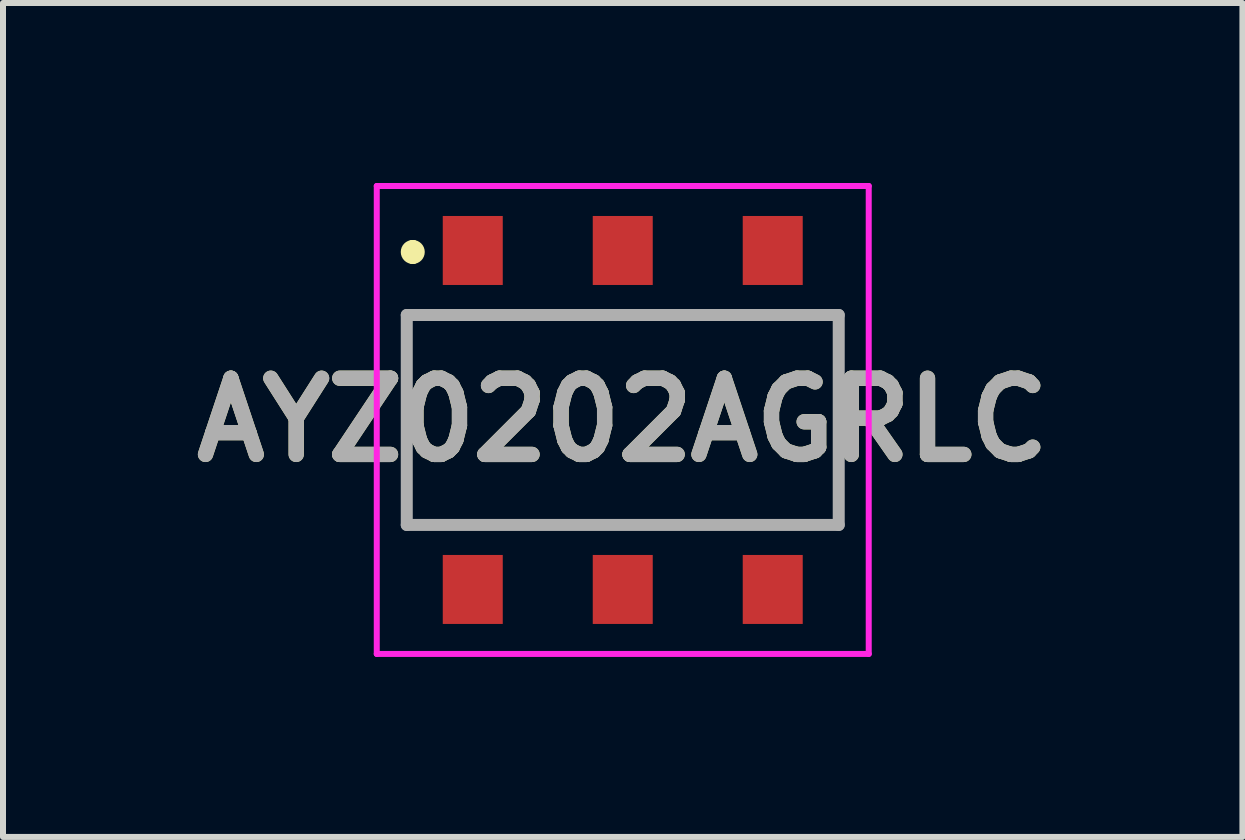
<source format=kicad_pcb>
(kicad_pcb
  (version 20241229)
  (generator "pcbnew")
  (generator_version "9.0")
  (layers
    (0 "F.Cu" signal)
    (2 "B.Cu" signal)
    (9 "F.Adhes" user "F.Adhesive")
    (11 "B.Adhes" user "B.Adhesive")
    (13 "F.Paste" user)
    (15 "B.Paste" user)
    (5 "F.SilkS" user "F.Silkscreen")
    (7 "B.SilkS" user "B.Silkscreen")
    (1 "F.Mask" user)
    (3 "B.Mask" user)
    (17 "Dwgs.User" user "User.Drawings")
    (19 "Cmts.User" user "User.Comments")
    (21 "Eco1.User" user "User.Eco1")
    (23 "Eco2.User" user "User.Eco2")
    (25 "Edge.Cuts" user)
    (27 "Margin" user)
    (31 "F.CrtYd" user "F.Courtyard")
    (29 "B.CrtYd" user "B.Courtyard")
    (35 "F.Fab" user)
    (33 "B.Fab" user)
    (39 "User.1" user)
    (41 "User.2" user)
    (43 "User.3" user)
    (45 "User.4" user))
  (footprint "AYZ0202AGRLC"
    (layer "F.Cu")
    (at 7.33 3.95)
    (property "Reference" "AYZ0202AGRLC" (at 0 0 0) (layer "F.SilkS") (effects (font (size 1.27 1.27) (thickness 0.254))))
    (attr through_hole)
    (fp_line (start -3.6 -1.75) (end 3.6 -1.75) (stroke (width 0.1) (type solid)) (layer "F.SilkS"))
    (fp_line (start -3.6 1.75) (end -3.6 -1.75) (stroke (width 0.1) (type solid)) (layer "F.SilkS"))
    (fp_line (start -3.5 -2.9) (end -3.5 -2.9) (stroke (width 0.2) (type solid)) (layer "F.SilkS"))
    (fp_line (start -3.5 -2.7) (end -3.5 -2.7) (stroke (width 0.2) (type solid)) (layer "F.SilkS"))
    (fp_line (start 3.6 -1.75) (end 3.6 1.75) (stroke (width 0.1) (type solid)) (layer "F.SilkS"))
    (fp_line (start 3.6 1.75) (end -3.6 1.75) (stroke (width 0.1) (type solid)) (layer "F.SilkS"))
    (fp_arc (start -3.5 -2.9) (mid -3.4 -2.8) (end -3.5 -2.7) (stroke (width 0.2) (type solid)) (layer "F.SilkS"))
    (fp_arc (start -3.5 -2.7) (mid -3.6 -2.8) (end -3.5 -2.9) (stroke (width 0.2) (type solid)) (layer "F.SilkS"))
    (fp_line (start -4.1 -3.9) (end 4.1 -3.9) (stroke (width 0.1) (type solid)) (layer "F.CrtYd"))
    (fp_line (start -4.1 3.9) (end -4.1 -3.9) (stroke (width 0.1) (type solid)) (layer "F.CrtYd"))
    (fp_line (start 4.1 -3.9) (end 4.1 3.9) (stroke (width 0.1) (type solid)) (layer "F.CrtYd"))
    (fp_line (start 4.1 3.9) (end -4.1 3.9) (stroke (width 0.1) (type solid)) (layer "F.CrtYd"))
    (fp_line (start -3.6 -1.75) (end 3.6 -1.75) (stroke (width 0.2) (type solid)) (layer "F.Fab"))
    (fp_line (start -3.6 1.75) (end -3.6 -1.75) (stroke (width 0.2) (type solid)) (layer "F.Fab"))
    (fp_line (start 3.6 -1.75) (end 3.6 1.75) (stroke (width 0.2) (type solid)) (layer "F.Fab"))
    (fp_line (start 3.6 1.75) (end -3.6 1.75) (stroke (width 0.2) (type solid)) (layer "F.Fab"))
    (fp_text user "${REFERENCE}" (at 0 0 0) (layer "F.Fab") (effects (font (size 1.27 1.27) (thickness 0.254))))
    (pad "" np_thru_hole circle (at -1.5 0) (size 0.001 0.001) (drill 0.85) (layers "*.Cu" "*.Mask"))
    (pad "" np_thru_hole circle (at 1.5 0) (size 0.001 0.001) (drill 0.85) (layers "*.Cu" "*.Mask"))
    (pad "1" smd rect (at -2.5 -2.825) (size 1 1.15) (layers "F.Cu" "F.Mask" "F.Paste"))
    (pad "2" smd rect (at 0 -2.825) (size 1 1.15) (layers "F.Cu" "F.Mask" "F.Paste"))
    (pad "3" smd rect (at 2.5 -2.825) (size 1 1.15) (layers "F.Cu" "F.Mask" "F.Paste"))
    (pad "4" smd rect (at -2.5 2.825) (size 1 1.15) (layers "F.Cu" "F.Mask" "F.Paste"))
    (pad "5" smd rect (at 0 2.825) (size 1 1.15) (layers "F.Cu" "F.Mask" "F.Paste"))
    (pad "6" smd rect (at 2.5 2.825) (size 1 1.15) (layers "F.Cu" "F.Mask" "F.Paste")))
  (gr_rect
    (start -3 -3)
    (end 17.659 10.9)
    (stroke (width 0.1) (type default))
    (fill no)
    (layer "Edge.Cuts")))
</source>
